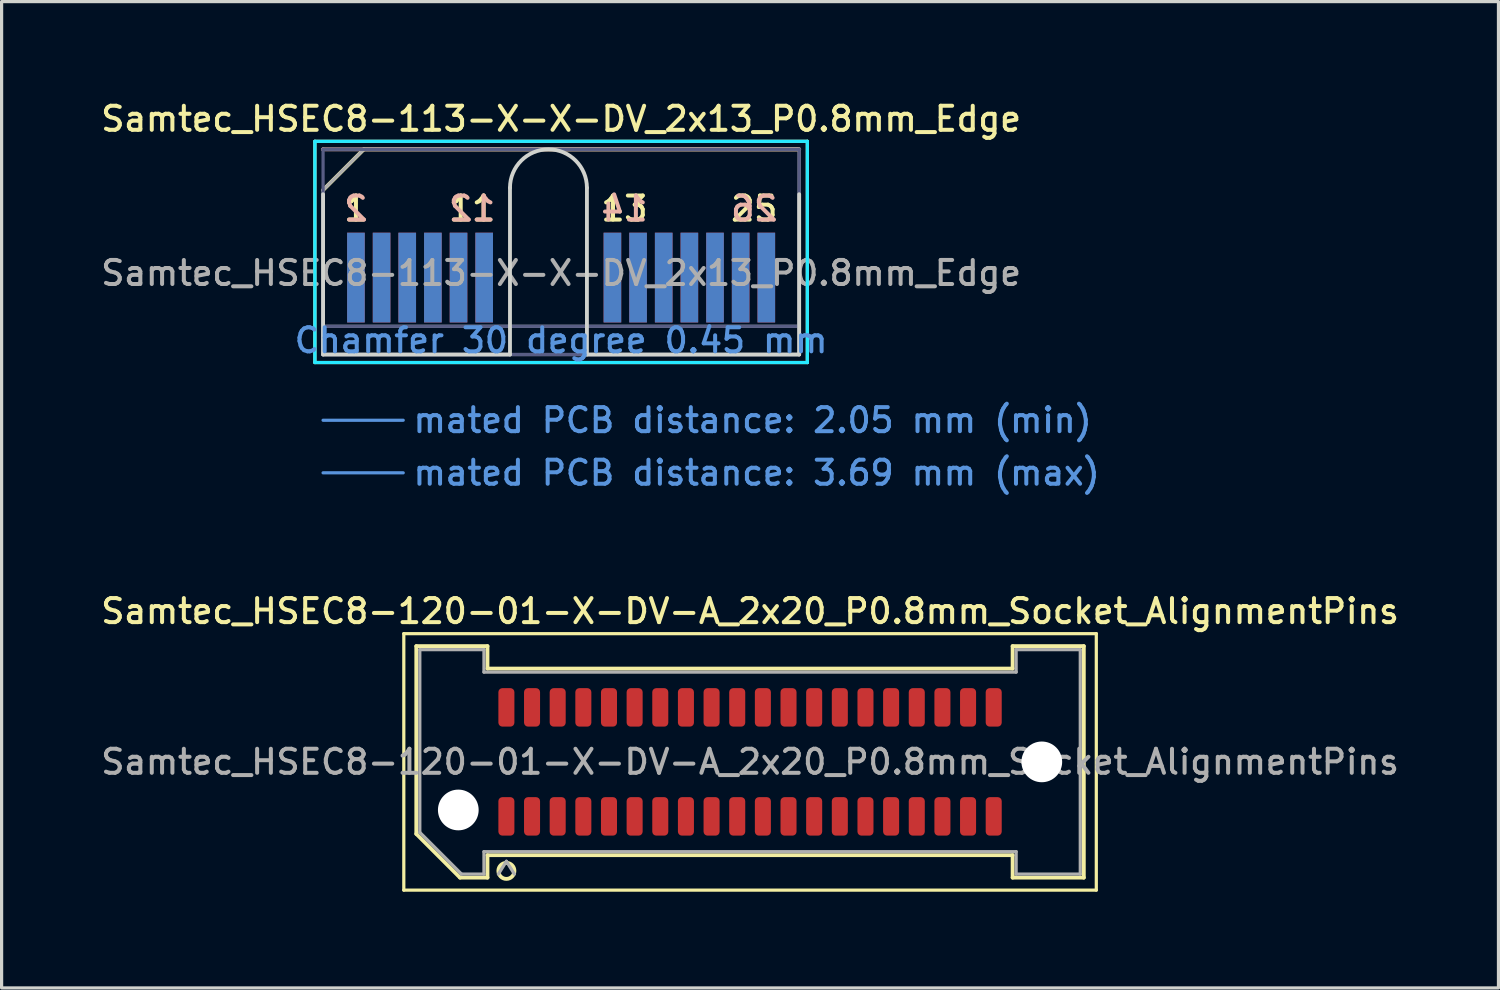
<source format=kicad_pcb>
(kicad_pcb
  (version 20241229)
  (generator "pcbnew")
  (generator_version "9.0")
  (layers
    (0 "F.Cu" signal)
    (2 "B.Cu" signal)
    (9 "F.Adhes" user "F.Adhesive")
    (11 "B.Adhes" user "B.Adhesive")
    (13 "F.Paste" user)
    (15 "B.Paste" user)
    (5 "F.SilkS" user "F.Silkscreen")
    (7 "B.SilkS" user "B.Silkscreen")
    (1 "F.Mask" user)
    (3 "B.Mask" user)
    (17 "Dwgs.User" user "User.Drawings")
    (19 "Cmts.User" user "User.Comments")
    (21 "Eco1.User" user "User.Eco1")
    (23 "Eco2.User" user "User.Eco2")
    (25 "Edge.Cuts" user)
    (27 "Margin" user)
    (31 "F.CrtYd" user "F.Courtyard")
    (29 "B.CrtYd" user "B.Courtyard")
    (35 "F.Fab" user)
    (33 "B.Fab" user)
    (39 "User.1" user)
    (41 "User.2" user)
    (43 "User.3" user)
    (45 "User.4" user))
  (footprint "Samtec_HSEC8-113-X-X-DV_2x13_P0.8mm_Edge"
    (layer "F.Cu")
    (at 14.452 8.008)
    (property "Reference" "Samtec_HSEC8-113-X-X-DV_2x13_P0.8mm_Edge" (at 0 -7.35 0) (layer "F.SilkS") (effects (font (size 0.75 0.75) (thickness 0.125))))
    (attr exclude_from_pos_files exclude_from_bom)
    (fp_line (start -7.68 -6.65) (end -7.68 0.25) (stroke (width 0.1) (type solid)) (layer "F.SilkS"))
    (fp_line (start -7.68 0.25) (end 7.68 0.25) (stroke (width 0.1) (type solid)) (layer "F.SilkS"))
    (fp_line (start -7.425 -5.13) (end -6.155 -6.4) (stroke (width 0.12) (type solid)) (layer "F.SilkS"))
    (fp_line (start -6.155 -6.4) (end 7.425 -6.4) (stroke (width 0.12) (type solid)) (layer "F.SilkS"))
    (fp_line (start 7.68 -6.65) (end -7.68 -6.65) (stroke (width 0.1) (type solid)) (layer "F.SilkS"))
    (fp_line (start 7.68 0.25) (end 7.68 -6.65) (stroke (width 0.1) (type solid)) (layer "F.SilkS"))
    (fp_line (start -7.425 -6.4) (end -7.425 -6.4) (stroke (width 0.12) (type solid)) (layer "B.SilkS"))
    (fp_line (start -7.425 -6.4) (end 7.425 -6.4) (stroke (width 0.12) (type solid)) (layer "B.SilkS"))
    (fp_line (start -7.425 2.05) (end -4.925 2.05) (stroke (width 0.1) (type solid)) (layer "Cmts.User"))
    (fp_line (start -7.425 3.69) (end -4.925 3.69) (stroke (width 0.1) (type solid)) (layer "Cmts.User"))
    (fp_line (start -7.425 -5) (end -7.425 0) (stroke (width 0.12) (type solid)) (layer "Edge.Cuts"))
    (fp_line (start -7.425 0) (end -1.595 0) (stroke (width 0.12) (type solid)) (layer "Edge.Cuts"))
    (fp_line (start -1.595 0) (end -1.595 -5.2) (stroke (width 0.12) (type solid)) (layer "Edge.Cuts"))
    (fp_line (start 0.805 -5.2) (end 0.805 0) (stroke (width 0.12) (type solid)) (layer "Edge.Cuts"))
    (fp_line (start 0.805 0) (end 7.425 0) (stroke (width 0.12) (type solid)) (layer "Edge.Cuts"))
    (fp_line (start 7.425 0) (end 7.425 -5) (stroke (width 0.12) (type solid)) (layer "Edge.Cuts"))
    (fp_arc (start -1.595 -5.2) (mid -0.395 -6.4) (end 0.805 -5.2) (stroke (width 0.12) (type solid)) (layer "Edge.Cuts"))
    (fp_line (start -7.68 -6.65) (end -7.68 0.25) (stroke (width 0.1) (type solid)) (layer "B.CrtYd"))
    (fp_line (start -7.68 0.25) (end 7.68 0.25) (stroke (width 0.1) (type solid)) (layer "B.CrtYd"))
    (fp_line (start 7.68 -6.65) (end -7.68 -6.65) (stroke (width 0.1) (type solid)) (layer "B.CrtYd"))
    (fp_line (start 7.68 0.25) (end 7.68 -6.65) (stroke (width 0.1) (type solid)) (layer "B.CrtYd"))
    (fp_line (start -7.425 -6.4) (end -7.425 -6.4) (stroke (width 0.1) (type solid)) (layer "B.Fab"))
    (fp_line (start -7.425 -6.4) (end -7.425 0) (stroke (width 0.1) (type solid)) (layer "B.Fab"))
    (fp_line (start -7.425 -6.4) (end 7.425 -6.4) (stroke (width 0.1) (type solid)) (layer "B.Fab"))
    (fp_line (start -7.425 -0.88) (end 7.425 -0.88) (stroke (width 0.1) (type solid)) (layer "B.Fab"))
    (fp_line (start -7.425 0) (end 7.425 0) (stroke (width 0.1) (type solid)) (layer "B.Fab"))
    (fp_line (start 7.425 -6.4) (end 7.425 0) (stroke (width 0.1) (type solid)) (layer "B.Fab"))
    (fp_line (start -7.425 -5.13) (end -7.425 0) (stroke (width 0.1) (type solid)) (layer "F.Fab"))
    (fp_line (start -7.425 -5.13) (end -6.155 -6.4) (stroke (width 0.1) (type solid)) (layer "F.Fab"))
    (fp_line (start -7.425 -0.88) (end 7.425 -0.88) (stroke (width 0.1) (type solid)) (layer "F.Fab"))
    (fp_line (start -7.425 0) (end 7.425 0) (stroke (width 0.1) (type solid)) (layer "F.Fab"))
    (fp_line (start -6.155 -6.4) (end 7.425 -6.4) (stroke (width 0.1) (type solid)) (layer "F.Fab"))
    (fp_line (start 7.425 -6.4) (end 7.425 0) (stroke (width 0.1) (type solid)) (layer "F.Fab"))
    (fp_text user "25" (at 6.025 -4.55 0) (layer "F.SilkS") (effects (font (size 0.75 0.75) (thickness 0.125))))
    (fp_text user "11" (at -2.775 -4.55 0) (layer "F.SilkS") (effects (font (size 0.75 0.75) (thickness 0.125))))
    (fp_text user "13" (at 1.975 -4.55 0) (layer "F.SilkS") (effects (font (size 0.75 0.75) (thickness 0.125))))
    (fp_text user "1" (at -6.4 -4.55 0) (layer "F.SilkS") (effects (font (size 0.75 0.75) (thickness 0.125))))
    (fp_text user "2" (at -6.4 -4.55 0) (layer "B.SilkS") (effects (font (size 0.75 0.75) (thickness 0.125)) (justify mirror)))
    (fp_text user "12" (at -2.775 -4.55 0) (layer "B.SilkS") (effects (font (size 0.75 0.75) (thickness 0.125)) (justify mirror)))
    (fp_text user "14" (at 1.975 -4.55 0) (layer "B.SilkS") (effects (font (size 0.75 0.75) (thickness 0.125)) (justify mirror)))
    (fp_text user "26" (at 6.025 -4.55 0) (layer "B.SilkS") (effects (font (size 0.75 0.75) (thickness 0.125)) (justify mirror)))
    (fp_text user "mated PCB distance: 2.05 mm (min)" (at -4.68 2.05 0) (layer "Cmts.User") (effects (font (size 0.75 0.75) (thickness 0.125)) (justify left)))
    (fp_text user "mated PCB distance: 3.69 mm (max)" (at -4.68 3.69 0) (layer "Cmts.User") (effects (font (size 0.75 0.75) (thickness 0.125)) (justify left)))
    (fp_text user "Chamfer 30 degree 0.45 mm" (at 0 -0.44 0) (layer "Cmts.User") (effects (font (size 0.75 0.75) (thickness 0.125))))
    (fp_text user "${REFERENCE}" (at 0 -2.54 0) (layer "F.Fab") (effects (font (size 0.75 0.75) (thickness 0.125))))
    (pad "1" connect rect (at -6.4 -2.4) (size 0.55 2.8) (layers "F.Cu" "F.Mask"))
    (pad "2" connect rect (at -6.4 -2.4) (size 0.55 2.8) (layers "B.Cu" "B.Mask"))
    (pad "3" connect rect (at -5.6 -2.4) (size 0.55 2.8) (layers "F.Cu" "F.Mask"))
    (pad "4" connect rect (at -5.6 -2.4) (size 0.55 2.8) (layers "B.Cu" "B.Mask"))
    (pad "5" connect rect (at -4.8 -2.4) (size 0.55 2.8) (layers "F.Cu" "F.Mask"))
    (pad "6" connect rect (at -4.8 -2.4) (size 0.55 2.8) (layers "B.Cu" "B.Mask"))
    (pad "7" connect rect (at -4 -2.4) (size 0.55 2.8) (layers "F.Cu" "F.Mask"))
    (pad "8" connect rect (at -4 -2.4) (size 0.55 2.8) (layers "B.Cu" "B.Mask"))
    (pad "9" connect rect (at -3.2 -2.4) (size 0.55 2.8) (layers "F.Cu" "F.Mask"))
    (pad "10" connect rect (at -3.2 -2.4) (size 0.55 2.8) (layers "B.Cu" "B.Mask"))
    (pad "11" connect rect (at -2.4 -2.4) (size 0.55 2.8) (layers "F.Cu" "F.Mask"))
    (pad "12" connect rect (at -2.4 -2.4) (size 0.55 2.8) (layers "B.Cu" "B.Mask"))
    (pad "13" connect rect (at 1.6 -2.4) (size 0.55 2.8) (layers "F.Cu" "F.Mask"))
    (pad "14" connect rect (at 1.6 -2.4) (size 0.55 2.8) (layers "B.Cu" "B.Mask"))
    (pad "15" connect rect (at 2.4 -2.4) (size 0.55 2.8) (layers "F.Cu" "F.Mask"))
    (pad "16" connect rect (at 2.4 -2.4) (size 0.55 2.8) (layers "B.Cu" "B.Mask"))
    (pad "17" connect rect (at 3.2 -2.4) (size 0.55 2.8) (layers "F.Cu" "F.Mask"))
    (pad "18" connect rect (at 3.2 -2.4) (size 0.55 2.8) (layers "B.Cu" "B.Mask"))
    (pad "19" connect rect (at 4 -2.4) (size 0.55 2.8) (layers "F.Cu" "F.Mask"))
    (pad "20" connect rect (at 4 -2.4) (size 0.55 2.8) (layers "B.Cu" "B.Mask"))
    (pad "21" connect rect (at 4.8 -2.4) (size 0.55 2.8) (layers "F.Cu" "F.Mask"))
    (pad "22" connect rect (at 4.8 -2.4) (size 0.55 2.8) (layers "B.Cu" "B.Mask"))
    (pad "23" connect rect (at 5.6 -2.4) (size 0.55 2.8) (layers "F.Cu" "F.Mask"))
    (pad "24" connect rect (at 5.6 -2.4) (size 0.55 2.8) (layers "B.Cu" "B.Mask"))
    (pad "25" connect rect (at 6.4 -2.4) (size 0.55 2.8) (layers "F.Cu" "F.Mask"))
    (pad "26" connect rect (at 6.4 -2.4) (size 0.55 2.8) (layers "B.Cu" "B.Mask")))
  (footprint "Samtec_HSEC8-120-01-X-DV-A_2x20_P0.8mm_Socket_AlignmentPins"
    (layer "F.Cu")
    (at 20.345 20.714)
    (property "Reference" "Samtec_HSEC8-120-01-X-DV-A_2x20_P0.8mm_Socket_AlignmentPins" (at 0 -4.7 0) (layer "F.SilkS") (effects (font (size 0.75 0.75) (thickness 0.125))))
    (attr smd)
    (fp_line (start -10.8 -4) (end -10.8 4) (stroke (width 0.1) (type solid)) (layer "F.SilkS"))
    (fp_line (start -10.8 4) (end 10.8 4) (stroke (width 0.1) (type solid)) (layer "F.SilkS"))
    (fp_line (start -10.41 -3.61) (end -8.19 -3.61) (stroke (width 0.12) (type solid)) (layer "F.SilkS"))
    (fp_line (start -10.41 2.246) (end -10.41 -3.61) (stroke (width 0.12) (type solid)) (layer "F.SilkS"))
    (fp_line (start -9.046 3.61) (end -10.41 2.246) (stroke (width 0.12) (type solid)) (layer "F.SilkS"))
    (fp_line (start -8.19 -3.61) (end -8.19 -2.91) (stroke (width 0.12) (type solid)) (layer "F.SilkS"))
    (fp_line (start -8.19 -2.91) (end 8.19 -2.91) (stroke (width 0.12) (type solid)) (layer "F.SilkS"))
    (fp_line (start -8.19 2.91) (end -8.19 3.61) (stroke (width 0.12) (type solid)) (layer "F.SilkS"))
    (fp_line (start -8.19 3.61) (end -9.046 3.61) (stroke (width 0.12) (type solid)) (layer "F.SilkS"))
    (fp_line (start 8.19 -3.61) (end 10.41 -3.61) (stroke (width 0.12) (type solid)) (layer "F.SilkS"))
    (fp_line (start 8.19 -2.91) (end 8.19 -3.61) (stroke (width 0.12) (type solid)) (layer "F.SilkS"))
    (fp_line (start 8.19 2.91) (end -8.19 2.91) (stroke (width 0.12) (type solid)) (layer "F.SilkS"))
    (fp_line (start 8.19 3.61) (end 8.19 2.91) (stroke (width 0.12) (type solid)) (layer "F.SilkS"))
    (fp_line (start 10.41 -3.61) (end 10.41 3.61) (stroke (width 0.12) (type solid)) (layer "F.SilkS"))
    (fp_line (start 10.41 3.61) (end 8.19 3.61) (stroke (width 0.12) (type solid)) (layer "F.SilkS"))
    (fp_line (start 10.8 -4) (end -10.8 -4) (stroke (width 0.1) (type solid)) (layer "F.SilkS"))
    (fp_line (start 10.8 4) (end 10.8 -4) (stroke (width 0.1) (type solid)) (layer "F.SilkS"))
    (fp_arc (start -7.35 3.4) (mid -7.85 3.4) (end -7.35 3.4) (stroke (width 0.12) (type solid)) (layer "F.SilkS"))
    (fp_line (start -10.3 -3.5) (end -8.3 -3.5) (stroke (width 0.1) (type solid)) (layer "F.Fab"))
    (fp_line (start -10.3 2.2) (end -10.3 -3.5) (stroke (width 0.1) (type solid)) (layer "F.Fab"))
    (fp_line (start -9 3.5) (end -10.3 2.2) (stroke (width 0.1) (type solid)) (layer "F.Fab"))
    (fp_line (start -8.3 -3.5) (end -8.3 -2.8) (stroke (width 0.1) (type solid)) (layer "F.Fab"))
    (fp_line (start -8.3 -2.8) (end 8.3 -2.8) (stroke (width 0.1) (type solid)) (layer "F.Fab"))
    (fp_line (start -8.3 2.8) (end -8.3 3.5) (stroke (width 0.1) (type solid)) (layer "F.Fab"))
    (fp_line (start -8.3 3.5) (end -9 3.5) (stroke (width 0.1) (type solid)) (layer "F.Fab"))
    (fp_line (start -7.6 3.1) (end -7.85 3.5) (stroke (width 0.1) (type solid)) (layer "F.Fab"))
    (fp_line (start -7.6 3.1) (end -7.35 3.5) (stroke (width 0.1) (type solid)) (layer "F.Fab"))
    (fp_line (start 8.3 -3.5) (end 10.3 -3.5) (stroke (width 0.1) (type solid)) (layer "F.Fab"))
    (fp_line (start 8.3 -2.8) (end 8.3 -3.5) (stroke (width 0.1) (type solid)) (layer "F.Fab"))
    (fp_line (start 8.3 2.8) (end -8.3 2.8) (stroke (width 0.1) (type solid)) (layer "F.Fab"))
    (fp_line (start 8.3 3.5) (end 8.3 2.8) (stroke (width 0.1) (type solid)) (layer "F.Fab"))
    (fp_line (start 10.3 -3.5) (end 10.3 3.5) (stroke (width 0.1) (type solid)) (layer "F.Fab"))
    (fp_line (start 10.3 3.5) (end 8.3 3.5) (stroke (width 0.1) (type solid)) (layer "F.Fab"))
    (fp_text user "${REFERENCE}" (at 0 0 0) (layer "F.Fab") (effects (font (size 0.75 0.75) (thickness 0.125))))
    (pad "" np_thru_hole circle (at -9.1 1.5) (size 1.27 1.27) (drill 1.27) (layers "*.Cu" "*.Mask"))
    (pad "" np_thru_hole circle (at 9.1 0) (size 1.27 1.27) (drill 1.27) (layers "*.Cu" "*.Mask"))
    (pad "1" smd roundrect (at -7.6 1.7) (size 0.5 1.2) (layers "F.Cu" "F.Mask" "F.Paste") (roundrect_rratio 0.25))
    (pad "2" smd roundrect (at -7.6 -1.7) (size 0.5 1.2) (layers "F.Cu" "F.Mask" "F.Paste") (roundrect_rratio 0.25))
    (pad "3" smd roundrect (at -6.8 1.7) (size 0.5 1.2) (layers "F.Cu" "F.Mask" "F.Paste") (roundrect_rratio 0.25))
    (pad "4" smd roundrect (at -6.8 -1.7) (size 0.5 1.2) (layers "F.Cu" "F.Mask" "F.Paste") (roundrect_rratio 0.25))
    (pad "5" smd roundrect (at -6 1.7) (size 0.5 1.2) (layers "F.Cu" "F.Mask" "F.Paste") (roundrect_rratio 0.25))
    (pad "6" smd roundrect (at -6 -1.7) (size 0.5 1.2) (layers "F.Cu" "F.Mask" "F.Paste") (roundrect_rratio 0.25))
    (pad "7" smd roundrect (at -5.2 1.7) (size 0.5 1.2) (layers "F.Cu" "F.Mask" "F.Paste") (roundrect_rratio 0.25))
    (pad "8" smd roundrect (at -5.2 -1.7) (size 0.5 1.2) (layers "F.Cu" "F.Mask" "F.Paste") (roundrect_rratio 0.25))
    (pad "9" smd roundrect (at -4.4 1.7) (size 0.5 1.2) (layers "F.Cu" "F.Mask" "F.Paste") (roundrect_rratio 0.25))
    (pad "10" smd roundrect (at -4.4 -1.7) (size 0.5 1.2) (layers "F.Cu" "F.Mask" "F.Paste") (roundrect_rratio 0.25))
    (pad "11" smd roundrect (at -3.6 1.7) (size 0.5 1.2) (layers "F.Cu" "F.Mask" "F.Paste") (roundrect_rratio 0.25))
    (pad "12" smd roundrect (at -3.6 -1.7) (size 0.5 1.2) (layers "F.Cu" "F.Mask" "F.Paste") (roundrect_rratio 0.25))
    (pad "13" smd roundrect (at -2.8 1.7) (size 0.5 1.2) (layers "F.Cu" "F.Mask" "F.Paste") (roundrect_rratio 0.25))
    (pad "14" smd roundrect (at -2.8 -1.7) (size 0.5 1.2) (layers "F.Cu" "F.Mask" "F.Paste") (roundrect_rratio 0.25))
    (pad "15" smd roundrect (at -2 1.7) (size 0.5 1.2) (layers "F.Cu" "F.Mask" "F.Paste") (roundrect_rratio 0.25))
    (pad "16" smd roundrect (at -2 -1.7) (size 0.5 1.2) (layers "F.Cu" "F.Mask" "F.Paste") (roundrect_rratio 0.25))
    (pad "17" smd roundrect (at -1.2 1.7) (size 0.5 1.2) (layers "F.Cu" "F.Mask" "F.Paste") (roundrect_rratio 0.25))
    (pad "18" smd roundrect (at -1.2 -1.7) (size 0.5 1.2) (layers "F.Cu" "F.Mask" "F.Paste") (roundrect_rratio 0.25))
    (pad "19" smd roundrect (at -0.4 1.7) (size 0.5 1.2) (layers "F.Cu" "F.Mask" "F.Paste") (roundrect_rratio 0.25))
    (pad "20" smd roundrect (at -0.4 -1.7) (size 0.5 1.2) (layers "F.Cu" "F.Mask" "F.Paste") (roundrect_rratio 0.25))
    (pad "21" smd roundrect (at 0.4 1.7) (size 0.5 1.2) (layers "F.Cu" "F.Mask" "F.Paste") (roundrect_rratio 0.25))
    (pad "22" smd roundrect (at 0.4 -1.7) (size 0.5 1.2) (layers "F.Cu" "F.Mask" "F.Paste") (roundrect_rratio 0.25))
    (pad "23" smd roundrect (at 1.2 1.7) (size 0.5 1.2) (layers "F.Cu" "F.Mask" "F.Paste") (roundrect_rratio 0.25))
    (pad "24" smd roundrect (at 1.2 -1.7) (size 0.5 1.2) (layers "F.Cu" "F.Mask" "F.Paste") (roundrect_rratio 0.25))
    (pad "25" smd roundrect (at 2 1.7) (size 0.5 1.2) (layers "F.Cu" "F.Mask" "F.Paste") (roundrect_rratio 0.25))
    (pad "26" smd roundrect (at 2 -1.7) (size 0.5 1.2) (layers "F.Cu" "F.Mask" "F.Paste") (roundrect_rratio 0.25))
    (pad "27" smd roundrect (at 2.8 1.7) (size 0.5 1.2) (layers "F.Cu" "F.Mask" "F.Paste") (roundrect_rratio 0.25))
    (pad "28" smd roundrect (at 2.8 -1.7) (size 0.5 1.2) (layers "F.Cu" "F.Mask" "F.Paste") (roundrect_rratio 0.25))
    (pad "29" smd roundrect (at 3.6 1.7) (size 0.5 1.2) (layers "F.Cu" "F.Mask" "F.Paste") (roundrect_rratio 0.25))
    (pad "30" smd roundrect (at 3.6 -1.7) (size 0.5 1.2) (layers "F.Cu" "F.Mask" "F.Paste") (roundrect_rratio 0.25))
    (pad "31" smd roundrect (at 4.4 1.7) (size 0.5 1.2) (layers "F.Cu" "F.Mask" "F.Paste") (roundrect_rratio 0.25))
    (pad "32" smd roundrect (at 4.4 -1.7) (size 0.5 1.2) (layers "F.Cu" "F.Mask" "F.Paste") (roundrect_rratio 0.25))
    (pad "33" smd roundrect (at 5.2 1.7) (size 0.5 1.2) (layers "F.Cu" "F.Mask" "F.Paste") (roundrect_rratio 0.25))
    (pad "34" smd roundrect (at 5.2 -1.7) (size 0.5 1.2) (layers "F.Cu" "F.Mask" "F.Paste") (roundrect_rratio 0.25))
    (pad "35" smd roundrect (at 6 1.7) (size 0.5 1.2) (layers "F.Cu" "F.Mask" "F.Paste") (roundrect_rratio 0.25))
    (pad "36" smd roundrect (at 6 -1.7) (size 0.5 1.2) (layers "F.Cu" "F.Mask" "F.Paste") (roundrect_rratio 0.25))
    (pad "37" smd roundrect (at 6.8 1.7) (size 0.5 1.2) (layers "F.Cu" "F.Mask" "F.Paste") (roundrect_rratio 0.25))
    (pad "38" smd roundrect (at 6.8 -1.7) (size 0.5 1.2) (layers "F.Cu" "F.Mask" "F.Paste") (roundrect_rratio 0.25))
    (pad "39" smd roundrect (at 7.6 1.7) (size 0.5 1.2) (layers "F.Cu" "F.Mask" "F.Paste") (roundrect_rratio 0.25))
    (pad "40" smd roundrect (at 7.6 -1.7) (size 0.5 1.2) (layers "F.Cu" "F.Mask" "F.Paste") (roundrect_rratio 0.25)))
  (gr_rect
    (start -3 -3)
    (end 43.689 27.764)
    (stroke (width 0.1) (type default))
    (fill no)
    (layer "Edge.Cuts")))
</source>
